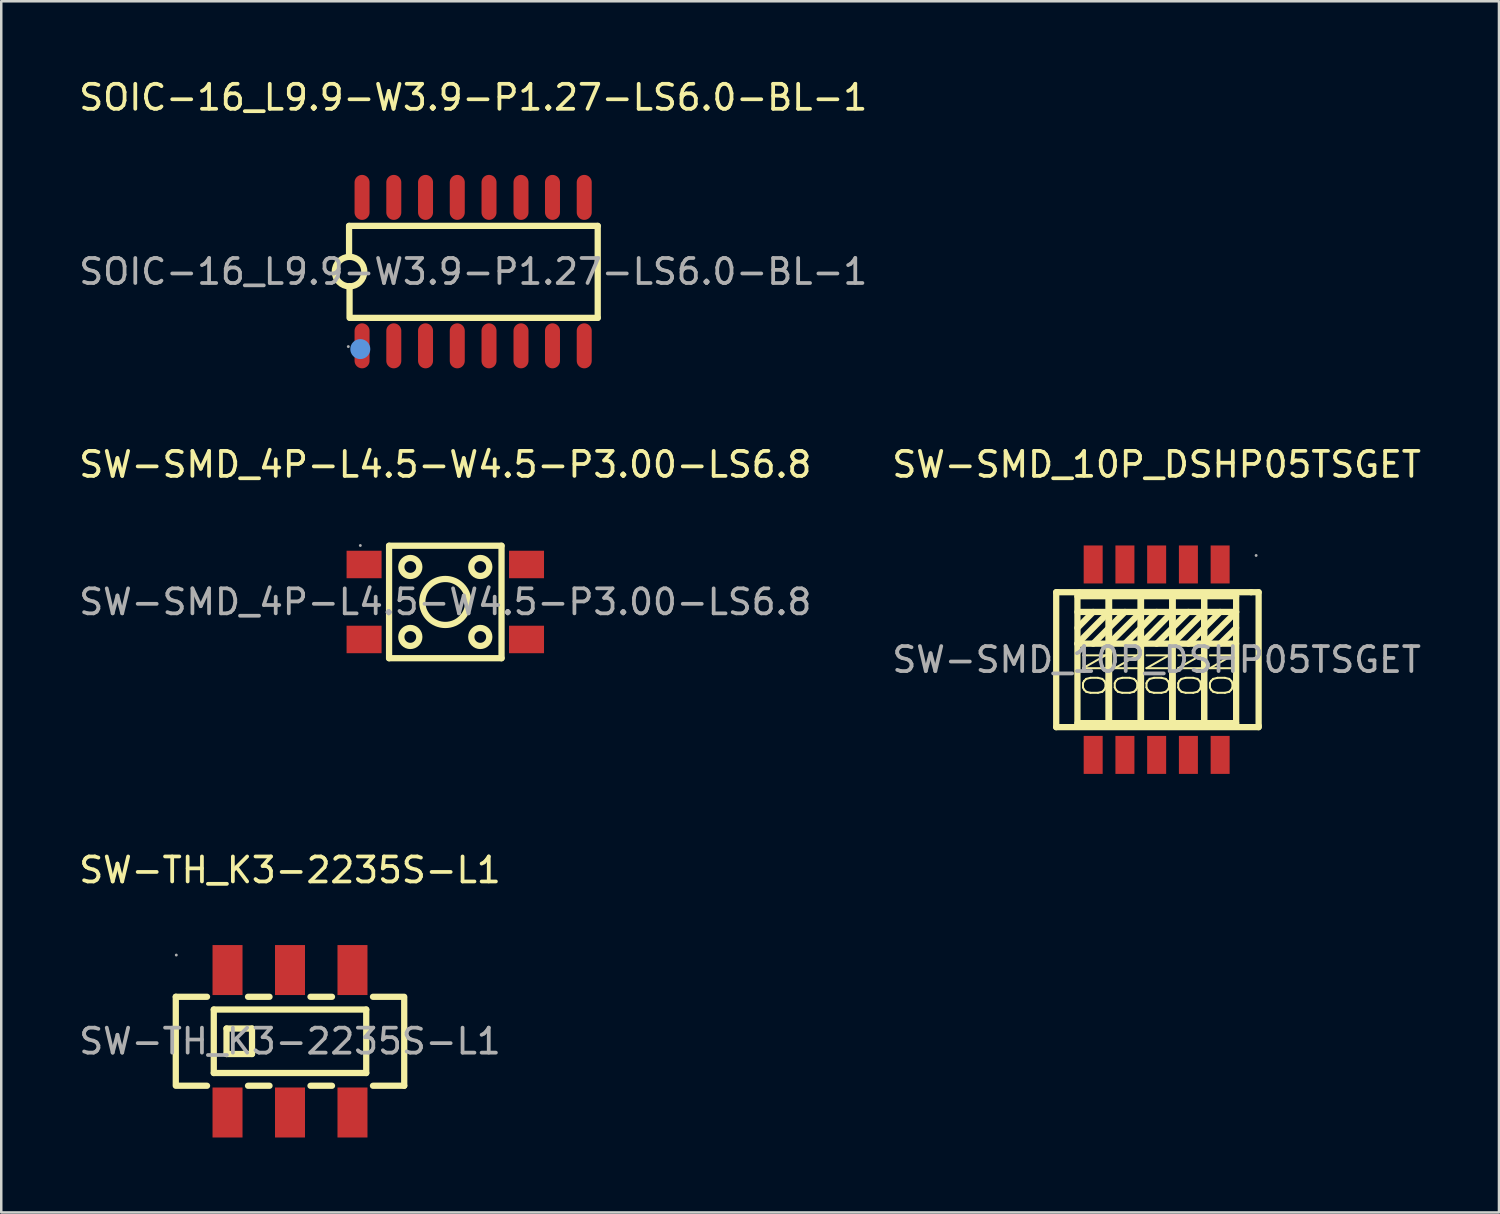
<source format=kicad_pcb>
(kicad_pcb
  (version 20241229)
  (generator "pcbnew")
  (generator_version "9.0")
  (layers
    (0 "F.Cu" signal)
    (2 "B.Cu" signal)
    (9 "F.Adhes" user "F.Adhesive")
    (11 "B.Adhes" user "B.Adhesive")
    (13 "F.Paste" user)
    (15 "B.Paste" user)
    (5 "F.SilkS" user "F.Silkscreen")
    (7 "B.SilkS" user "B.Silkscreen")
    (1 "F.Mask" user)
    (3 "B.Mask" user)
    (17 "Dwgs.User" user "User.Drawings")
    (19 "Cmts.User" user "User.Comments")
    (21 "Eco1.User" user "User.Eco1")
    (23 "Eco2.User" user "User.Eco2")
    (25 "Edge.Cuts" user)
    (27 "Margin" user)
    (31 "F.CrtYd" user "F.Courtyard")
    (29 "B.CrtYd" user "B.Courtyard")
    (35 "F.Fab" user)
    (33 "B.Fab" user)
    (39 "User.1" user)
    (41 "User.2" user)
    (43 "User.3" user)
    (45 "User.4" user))
  (footprint "SW-SMD_4P-L4.5-W4.5-P3.00-LS6.8"
    (layer "F.Cu")
    (at 14.768 21.037)
    (property "Reference" "SW-SMD_4P-L4.5-W4.5-P3.00-LS6.8" (at 0 -5.5 0) (layer "F.SilkS") (effects (font (size 1 1) (thickness 0.15))))
    (attr smd)
    (fp_line (start -2.25 -2.25) (end 2.25 -2.25) (stroke (width 0.25) (type solid)) (layer "F.SilkS"))
    (fp_line (start -2.25 2.25) (end -2.25 -2.25) (stroke (width 0.25) (type solid)) (layer "F.SilkS"))
    (fp_line (start 2.25 -2.25) (end 2.25 2.25) (stroke (width 0.25) (type solid)) (layer "F.SilkS"))
    (fp_line (start 2.25 2.25) (end -2.25 2.25) (stroke (width 0.25) (type solid)) (layer "F.SilkS"))
    (fp_circle (center -1.4 -1.4) (end -1.04 -1.4) (stroke (width 0.25) (type solid)) (fill no) (layer "F.SilkS"))
    (fp_circle (center -1.4 1.4) (end -1.04 1.4) (stroke (width 0.25) (type solid)) (fill no) (layer "F.SilkS"))
    (fp_circle (center 0 0) (end 0.92 0) (stroke (width 0.25) (type solid)) (fill no) (layer "F.SilkS"))
    (fp_circle (center 1.4 -1.4) (end 1.76 -1.4) (stroke (width 0.25) (type solid)) (fill no) (layer "F.SilkS"))
    (fp_circle (center 1.4 1.4) (end 1.76 1.4) (stroke (width 0.25) (type solid)) (fill no) (layer "F.SilkS"))
    (fp_circle (center -3.4 -2.26) (end -3.37 -2.26) (stroke (width 0.06) (type solid)) (fill no) (layer "F.Fab"))
    (fp_text user "${REFERENCE}" (at 0 0 0) (layer "F.Fab") (effects (font (size 1 1) (thickness 0.15))))
    (pad "1" smd rect (at -3.25 -1.5) (size 1.4 1.1) (layers "F.Cu" "F.Mask" "F.Paste"))
    (pad "1" smd rect (at 3.25 -1.5) (size 1.4 1.1) (layers "F.Cu" "F.Mask" "F.Paste"))
    (pad "2" smd rect (at -3.25 1.5) (size 1.4 1.1) (layers "F.Cu" "F.Mask" "F.Paste"))
    (pad "2" smd rect (at 3.25 1.5) (size 1.4 1.1) (layers "F.Cu" "F.Mask" "F.Paste")))
  (footprint "SW-SMD_10P_DSHP05TSGET"
    (layer "F.Cu")
    (at 43.232 23.346)
    (property "Reference" "SW-SMD_10P_DSHP05TSGET" (at 0 -7.81 0) (layer "F.SilkS") (effects (font (size 1 1) (thickness 0.15))))
    (attr smd)
    (fp_line (start -4.02 -2.7) (end -4.02 2.7) (stroke (width 0.25) (type solid)) (layer "F.SilkS"))
    (fp_line (start -4.02 2.7) (end 4.08 2.7) (stroke (width 0.25) (type solid)) (layer "F.SilkS"))
    (fp_line (start -3.96 -2.7) (end -4.02 -2.7) (stroke (width 0.25) (type solid)) (layer "F.SilkS"))
    (fp_line (start -3.17 -2.54) (end -1.91 -2.54) (stroke (width 0.25) (type solid)) (layer "F.SilkS"))
    (fp_line (start -3.17 -1.27) (end -2.54 -1.91) (stroke (width 0.25) (type solid)) (layer "F.SilkS"))
    (fp_line (start -3.17 -0.64) (end -1.91 -1.91) (stroke (width 0.25) (type solid)) (layer "F.SilkS"))
    (fp_line (start -3.17 2.54) (end -3.17 -2.54) (stroke (width 0.25) (type solid)) (layer "F.SilkS"))
    (fp_line (start -3.12 -2.7) (end -3.96 -2.7) (stroke (width 0.25) (type solid)) (layer "F.SilkS"))
    (fp_line (start -2.54 -0.64) (end -1.91 -1.27) (stroke (width 0.25) (type solid)) (layer "F.SilkS"))
    (fp_line (start -1.91 -2.54) (end -1.91 2.54) (stroke (width 0.25) (type solid)) (layer "F.SilkS"))
    (fp_line (start -1.91 -2.54) (end -1.91 2.54) (stroke (width 0.25) (type solid)) (layer "F.SilkS"))
    (fp_line (start -1.91 -2.54) (end -0.63 -2.54) (stroke (width 0.25) (type solid)) (layer "F.SilkS"))
    (fp_line (start -1.91 -1.91) (end -3.17 -1.91) (stroke (width 0.25) (type solid)) (layer "F.SilkS"))
    (fp_line (start -1.91 -1.91) (end -0.63 -1.91) (stroke (width 0.25) (type solid)) (layer "F.SilkS"))
    (fp_line (start -1.91 -1.27) (end -1.27 -1.91) (stroke (width 0.25) (type solid)) (layer "F.SilkS"))
    (fp_line (start -1.91 -0.64) (end -3.17 -0.64) (stroke (width 0.25) (type solid)) (layer "F.SilkS"))
    (fp_line (start -1.91 -0.64) (end -0.63 -1.91) (stroke (width 0.25) (type solid)) (layer "F.SilkS"))
    (fp_line (start -1.91 2.54) (end -3.17 2.54) (stroke (width 0.25) (type solid)) (layer "F.SilkS"))
    (fp_line (start -1.91 2.54) (end -1.91 -2.54) (stroke (width 0.25) (type solid)) (layer "F.SilkS"))
    (fp_line (start -1.91 2.54) (end -1.91 -2.54) (stroke (width 0.25) (type solid)) (layer "F.SilkS"))
    (fp_line (start -1.91 2.54) (end -1.91 -2.54) (stroke (width 0.25) (type solid)) (layer "F.SilkS"))
    (fp_line (start -1.27 -0.64) (end -0.63 -1.27) (stroke (width 0.25) (type solid)) (layer "F.SilkS"))
    (fp_line (start -0.63 -2.54) (end -0.63 2.54) (stroke (width 0.25) (type solid)) (layer "F.SilkS"))
    (fp_line (start -0.63 -2.54) (end -0.63 2.54) (stroke (width 0.25) (type solid)) (layer "F.SilkS"))
    (fp_line (start -0.63 -2.54) (end -0.63 2.54) (stroke (width 0.25) (type solid)) (layer "F.SilkS"))
    (fp_line (start -0.63 -1.91) (end 0.63 -1.91) (stroke (width 0.25) (type solid)) (layer "F.SilkS"))
    (fp_line (start -0.63 -1.27) (end 0 -1.91) (stroke (width 0.25) (type solid)) (layer "F.SilkS"))
    (fp_line (start -0.63 -0.64) (end -1.91 -0.64) (stroke (width 0.25) (type solid)) (layer "F.SilkS"))
    (fp_line (start -0.63 -0.64) (end 0.63 -0.64) (stroke (width 0.25) (type solid)) (layer "F.SilkS"))
    (fp_line (start -0.63 2.54) (end -1.91 2.54) (stroke (width 0.25) (type solid)) (layer "F.SilkS"))
    (fp_line (start -0.63 2.54) (end -0.63 -2.54) (stroke (width 0.25) (type solid)) (layer "F.SilkS"))
    (fp_line (start -0.63 2.54) (end 0.63 2.54) (stroke (width 0.25) (type solid)) (layer "F.SilkS"))
    (fp_line (start 0 -0.64) (end 0.63 -1.27) (stroke (width 0.25) (type solid)) (layer "F.SilkS"))
    (fp_line (start 0.63 -2.54) (end -0.63 -2.54) (stroke (width 0.25) (type solid)) (layer "F.SilkS"))
    (fp_line (start 0.63 -2.54) (end 0.63 2.54) (stroke (width 0.25) (type solid)) (layer "F.SilkS"))
    (fp_line (start 0.63 -2.54) (end 0.63 2.54) (stroke (width 0.25) (type solid)) (layer "F.SilkS"))
    (fp_line (start 0.63 -1.91) (end -0.63 -0.64) (stroke (width 0.25) (type solid)) (layer "F.SilkS"))
    (fp_line (start 0.63 -1.27) (end 1.27 -1.91) (stroke (width 0.25) (type solid)) (layer "F.SilkS"))
    (fp_line (start 0.63 -0.64) (end 1.9 -0.64) (stroke (width 0.25) (type solid)) (layer "F.SilkS"))
    (fp_line (start 0.63 2.54) (end 0.63 -2.54) (stroke (width 0.25) (type solid)) (layer "F.SilkS"))
    (fp_line (start 0.63 2.54) (end 1.9 2.54) (stroke (width 0.25) (type solid)) (layer "F.SilkS"))
    (fp_line (start 1.27 -0.64) (end 1.9 -1.27) (stroke (width 0.25) (type solid)) (layer "F.SilkS"))
    (fp_line (start 1.9 -2.54) (end 0.63 -2.54) (stroke (width 0.25) (type solid)) (layer "F.SilkS"))
    (fp_line (start 1.9 -2.54) (end 3.18 -2.54) (stroke (width 0.25) (type solid)) (layer "F.SilkS"))
    (fp_line (start 1.9 -1.91) (end 0.63 -1.91) (stroke (width 0.25) (type solid)) (layer "F.SilkS"))
    (fp_line (start 1.9 -1.91) (end 0.63 -0.64) (stroke (width 0.25) (type solid)) (layer "F.SilkS"))
    (fp_line (start 1.9 -1.27) (end 2.54 -1.91) (stroke (width 0.25) (type solid)) (layer "F.SilkS"))
    (fp_line (start 1.9 -0.64) (end 3.18 -1.91) (stroke (width 0.25) (type solid)) (layer "F.SilkS"))
    (fp_line (start 1.9 2.54) (end 1.9 -2.54) (stroke (width 0.25) (type solid)) (layer "F.SilkS"))
    (fp_line (start 1.9 2.54) (end 1.9 -2.54) (stroke (width 0.25) (type solid)) (layer "F.SilkS"))
    (fp_line (start 2.54 -0.64) (end 3.18 -1.27) (stroke (width 0.25) (type solid)) (layer "F.SilkS"))
    (fp_line (start 3.18 -2.54) (end 3.18 2.54) (stroke (width 0.25) (type solid)) (layer "F.SilkS"))
    (fp_line (start 3.18 -1.91) (end 1.9 -1.91) (stroke (width 0.25) (type solid)) (layer "F.SilkS"))
    (fp_line (start 3.18 -0.64) (end 1.9 -0.64) (stroke (width 0.25) (type solid)) (layer "F.SilkS"))
    (fp_line (start 3.18 2.54) (end 1.9 2.54) (stroke (width 0.25) (type solid)) (layer "F.SilkS"))
    (fp_line (start 3.78 -2.7) (end -3.06 -2.7) (stroke (width 0.25) (type solid)) (layer "F.SilkS"))
    (fp_line (start 4.08 -2.7) (end 3.78 -2.7) (stroke (width 0.25) (type solid)) (layer "F.SilkS"))
    (fp_line (start 4.08 2.64) (end 4.08 -2.7) (stroke (width 0.25) (type solid)) (layer "F.SilkS"))
    (fp_line (start 4.08 2.7) (end 4.08 2.64) (stroke (width 0.25) (type solid)) (layer "F.SilkS"))
    (fp_circle (center 3.98 -4.17) (end 4.01 -4.17) (stroke (width 0.06) (type solid)) (fill no) (layer "F.Fab"))
    (fp_text user "ON" (at -1.19 1.55 270) (layer "F.SilkS") (effects (font (size 0.9 0.9) (thickness 0.08)) (justify left)))
    (fp_text user "ON" (at -2.46 1.55 270) (layer "F.SilkS") (effects (font (size 0.9 0.9) (thickness 0.08)) (justify left)))
    (fp_text user "ON" (at 2.62 1.55 270) (layer "F.SilkS") (effects (font (size 0.9 0.9) (thickness 0.08)) (justify left)))
    (fp_text user "ON" (at 1.35 1.55 270) (layer "F.SilkS") (effects (font (size 0.9 0.9) (thickness 0.08)) (justify left)))
    (fp_text user "ON" (at 0.08 1.55 270) (layer "F.SilkS") (effects (font (size 0.9 0.9) (thickness 0.08)) (justify left)))
    (fp_text user "${REFERENCE}" (at 0 0 0) (layer "F.Fab") (effects (font (size 1 1) (thickness 0.15))))
    (pad "1" smd rect (at 2.54 -3.81 270) (size 1.52 0.76) (layers "F.Cu" "F.Mask" "F.Paste"))
    (pad "2" smd rect (at 1.27 -3.81 270) (size 1.52 0.76) (layers "F.Cu" "F.Mask" "F.Paste"))
    (pad "3" smd rect (at 0 -3.81 270) (size 1.52 0.76) (layers "F.Cu" "F.Mask" "F.Paste"))
    (pad "4" smd rect (at -1.27 -3.81 270) (size 1.52 0.76) (layers "F.Cu" "F.Mask" "F.Paste"))
    (pad "5" smd rect (at -2.54 -3.81 270) (size 1.52 0.76) (layers "F.Cu" "F.Mask" "F.Paste"))
    (pad "6" smd rect (at -2.54 3.81 270) (size 1.52 0.76) (layers "F.Cu" "F.Mask" "F.Paste"))
    (pad "7" smd rect (at -1.27 3.81 270) (size 1.52 0.76) (layers "F.Cu" "F.Mask" "F.Paste"))
    (pad "8" smd rect (at 0 3.81 270) (size 1.52 0.76) (layers "F.Cu" "F.Mask" "F.Paste"))
    (pad "9" smd rect (at 1.27 3.81 270) (size 1.52 0.76) (layers "F.Cu" "F.Mask" "F.Paste"))
    (pad "10" smd rect (at 2.54 3.81 270) (size 1.52 0.76) (layers "F.Cu" "F.Mask" "F.Paste")))
  (footprint "SOIC-16_L9.9-W3.9-P1.27-LS6.0-BL-1"
    (layer "F.Cu")
    (at 15.887 7.818)
    (property "Reference" "SOIC-16_L9.9-W3.9-P1.27-LS6.0-BL-1" (at 0 -6.97 0) (layer "F.SilkS") (effects (font (size 1 1) (thickness 0.15))))
    (attr through_hole)
    (fp_line (start -4.97 -1.83) (end -4.97 -0.59) (stroke (width 0.25) (type solid)) (layer "F.SilkS"))
    (fp_line (start -4.95 0.58) (end -4.95 1.85) (stroke (width 0.25) (type solid)) (layer "F.SilkS"))
    (fp_line (start -4.92 1.85) (end 4.98 1.85) (stroke (width 0.25) (type solid)) (layer "F.SilkS"))
    (fp_line (start 4.98 -1.83) (end -4.97 -1.83) (stroke (width 0.25) (type solid)) (layer "F.SilkS"))
    (fp_line (start 4.98 1.85) (end 4.98 -1.83) (stroke (width 0.25) (type solid)) (layer "F.SilkS"))
    (fp_arc (start -4.939703 -0.58991) (mid -4.955149 0.589977) (end -4.95 -0.59) (stroke (width 0.25) (type solid)) (layer "F.SilkS"))
    (fp_circle (center -4.52 3.1) (end -4.32 3.1) (stroke (width 0.4) (type solid)) (fill no) (layer "Cmts.User"))
    (fp_circle (center -5 3) (end -4.97 3) (stroke (width 0.06) (type solid)) (fill no) (layer "F.Fab"))
    (fp_text user "${REFERENCE}" (at 0 0 0) (layer "F.Fab") (effects (font (size 1 1) (thickness 0.15))))
    (pad "1" smd oval (at -4.45 2.97 180) (size 0.6 1.8) (layers "F.Cu" "F.Mask" "F.Paste"))
    (pad "2" smd oval (at -3.18 2.97 180) (size 0.6 1.8) (layers "F.Cu" "F.Mask" "F.Paste"))
    (pad "3" smd oval (at -1.91 2.97 180) (size 0.6 1.8) (layers "F.Cu" "F.Mask" "F.Paste"))
    (pad "4" smd oval (at -0.64 2.97 180) (size 0.6 1.8) (layers "F.Cu" "F.Mask" "F.Paste"))
    (pad "5" smd oval (at 0.63 2.97 180) (size 0.6 1.8) (layers "F.Cu" "F.Mask" "F.Paste"))
    (pad "6" smd oval (at 1.91 2.97 180) (size 0.6 1.8) (layers "F.Cu" "F.Mask" "F.Paste"))
    (pad "7" smd oval (at 3.17 2.97 180) (size 0.6 1.8) (layers "F.Cu" "F.Mask" "F.Paste"))
    (pad "8" smd oval (at 4.44 2.97 180) (size 0.6 1.8) (layers "F.Cu" "F.Mask" "F.Paste"))
    (pad "9" smd oval (at 4.44 -2.97 180) (size 0.6 1.8) (layers "F.Cu" "F.Mask" "F.Paste"))
    (pad "10" smd oval (at 3.17 -2.97 180) (size 0.6 1.8) (layers "F.Cu" "F.Mask" "F.Paste"))
    (pad "11" smd oval (at 1.91 -2.97 180) (size 0.6 1.8) (layers "F.Cu" "F.Mask" "F.Paste"))
    (pad "12" smd oval (at 0.63 -2.97 180) (size 0.6 1.8) (layers "F.Cu" "F.Mask" "F.Paste"))
    (pad "13" smd oval (at -0.64 -2.97 180) (size 0.6 1.8) (layers "F.Cu" "F.Mask" "F.Paste"))
    (pad "14" smd oval (at -1.91 -2.97 180) (size 0.6 1.8) (layers "F.Cu" "F.Mask" "F.Paste"))
    (pad "15" smd oval (at -3.18 -2.97 180) (size 0.6 1.8) (layers "F.Cu" "F.Mask" "F.Paste"))
    (pad "16" smd oval (at -4.45 -2.97 180) (size 0.6 1.8) (layers "F.Cu" "F.Mask" "F.Paste")))
  (footprint "SW-TH_K3-2235S-L1"
    (layer "F.Cu")
    (at 8.554 38.615)
    (property "Reference" "SW-TH_K3-2235S-L1" (at 0 -6.85 0) (layer "F.SilkS") (effects (font (size 1 1) (thickness 0.15))))
    (attr smd)
    (fp_line (start -4.57 -1.78) (end -3.32 -1.78) (stroke (width 0.25) (type solid)) (layer "F.SilkS"))
    (fp_line (start -4.57 1.72) (end -4.57 -1.78) (stroke (width 0.25) (type solid)) (layer "F.SilkS"))
    (fp_line (start -3.32 1.78) (end -4.57 1.78) (stroke (width 0.25) (type solid)) (layer "F.SilkS"))
    (fp_line (start -3.05 -1.27) (end 3.05 -1.27) (stroke (width 0.25) (type solid)) (layer "F.SilkS"))
    (fp_line (start -3.05 1.27) (end -3.05 -1.27) (stroke (width 0.25) (type solid)) (layer "F.SilkS"))
    (fp_line (start -2.54 -0.51) (end -1.52 -0.51) (stroke (width 0.25) (type solid)) (layer "F.SilkS"))
    (fp_line (start -2.54 0.51) (end -2.54 -0.51) (stroke (width 0.25) (type solid)) (layer "F.SilkS"))
    (fp_line (start -1.68 -1.78) (end -0.82 -1.78) (stroke (width 0.25) (type solid)) (layer "F.SilkS"))
    (fp_line (start -1.52 -0.51) (end -1.52 0.51) (stroke (width 0.25) (type solid)) (layer "F.SilkS"))
    (fp_line (start -1.52 0.51) (end -2.54 0.51) (stroke (width 0.25) (type solid)) (layer "F.SilkS"))
    (fp_line (start -0.82 1.78) (end -1.68 1.78) (stroke (width 0.25) (type solid)) (layer "F.SilkS"))
    (fp_line (start 0.82 -1.78) (end 1.68 -1.78) (stroke (width 0.25) (type solid)) (layer "F.SilkS"))
    (fp_line (start 1.68 1.78) (end 0.82 1.78) (stroke (width 0.25) (type solid)) (layer "F.SilkS"))
    (fp_line (start 3.05 -1.27) (end 3.05 1.27) (stroke (width 0.25) (type solid)) (layer "F.SilkS"))
    (fp_line (start 3.05 1.27) (end -3.05 1.27) (stroke (width 0.25) (type solid)) (layer "F.SilkS"))
    (fp_line (start 3.32 -1.78) (end 4.57 -1.78) (stroke (width 0.25) (type solid)) (layer "F.SilkS"))
    (fp_line (start 4.57 -1.72) (end 4.57 1.78) (stroke (width 0.25) (type solid)) (layer "F.SilkS"))
    (fp_line (start 4.57 1.78) (end 3.32 1.78) (stroke (width 0.25) (type solid)) (layer "F.SilkS"))
    (fp_circle (center -4.55 -3.45) (end -4.52 -3.45) (stroke (width 0.06) (type solid)) (fill no) (layer "F.Fab"))
    (fp_text user "${REFERENCE}" (at 0 0 0) (layer "F.Fab") (effects (font (size 1 1) (thickness 0.15))))
    (pad "1" smd rect (at -2.5 -2.85 180) (size 1.2 2) (layers "F.Cu" "F.Mask" "F.Paste"))
    (pad "2" smd rect (at 0 -2.85 180) (size 1.2 2) (layers "F.Cu" "F.Mask" "F.Paste"))
    (pad "3" smd rect (at 2.5 -2.85 180) (size 1.2 2) (layers "F.Cu" "F.Mask" "F.Paste"))
    (pad "4" smd rect (at -2.5 2.85 180) (size 1.2 2) (layers "F.Cu" "F.Mask" "F.Paste"))
    (pad "5" smd rect (at 0 2.85 180) (size 1.2 2) (layers "F.Cu" "F.Mask" "F.Paste"))
    (pad "6" smd rect (at 2.5 2.85 180) (size 1.2 2) (layers "F.Cu" "F.Mask" "F.Paste")))
  (gr_rect
    (start -3 -3)
    (end 56.929 45.465)
    (stroke (width 0.1) (type default))
    (fill no)
    (layer "Edge.Cuts")))
</source>
